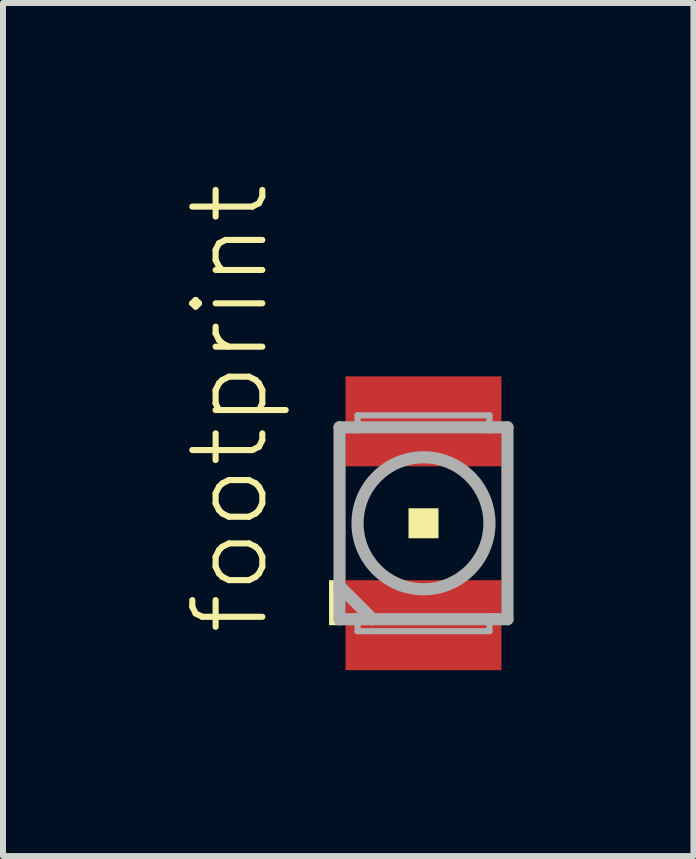
<source format=kicad_pcb>
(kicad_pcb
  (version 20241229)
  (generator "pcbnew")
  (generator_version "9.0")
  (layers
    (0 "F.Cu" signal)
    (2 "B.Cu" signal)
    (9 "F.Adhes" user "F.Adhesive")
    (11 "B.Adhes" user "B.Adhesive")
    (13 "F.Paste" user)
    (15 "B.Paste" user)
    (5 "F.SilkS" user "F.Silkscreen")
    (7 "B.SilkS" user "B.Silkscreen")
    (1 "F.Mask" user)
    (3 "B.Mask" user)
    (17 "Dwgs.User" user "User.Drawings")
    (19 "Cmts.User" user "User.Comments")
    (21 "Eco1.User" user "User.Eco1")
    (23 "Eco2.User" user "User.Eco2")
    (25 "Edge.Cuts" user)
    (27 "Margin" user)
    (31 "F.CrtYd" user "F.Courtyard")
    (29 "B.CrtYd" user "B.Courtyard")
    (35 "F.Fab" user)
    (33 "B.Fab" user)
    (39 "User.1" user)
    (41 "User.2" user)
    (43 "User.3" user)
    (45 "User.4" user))
  (footprint "footprint"
    (layer "F.Cu")
    (at 4.013 5.677)
    (property "Reference" "footprint" (at -2.54 1.905 90) (layer "F.SilkS") (effects (font (size 1.168 1.168) (thickness 0.102)) (justify left bottom)))
    (fp_poly (pts (xy -1.4 -0.85) (xy 1.4 -0.85) (xy 1.4 -2.55) (xy -1.4 -2.55)) (stroke (width 0) (type solid)) (fill yes) (layer "F.Mask"))
    (fp_poly (pts (xy -1.4 2.55) (xy 1.4 2.55) (xy 1.4 0.85) (xy -1.4 0.85)) (stroke (width 0) (type solid)) (fill yes) (layer "F.Mask"))
    (fp_poly (pts (xy -1.575 1.7) (xy -1.35 1.7) (xy -1.35 0.95) (xy -1.575 0.95)) (stroke (width 0) (type solid)) (fill yes) (layer "F.SilkS"))
    (fp_poly (pts (xy -0.25 0.25) (xy 0.25 0.25) (xy 0.25 -0.25) (xy -0.25 -0.25)) (stroke (width 0) (type solid)) (fill yes) (layer "F.SilkS"))
    (fp_poly (pts (xy -1.3 -0.95) (xy 1.3 -0.95) (xy 1.3 -2.45) (xy -1.3 -2.45)) (stroke (width 0) (type solid)) (fill yes) (layer "F.Paste"))
    (fp_poly (pts (xy -1.3 2.45) (xy 1.3 2.45) (xy 1.3 0.95) (xy -1.3 0.95)) (stroke (width 0) (type solid)) (fill yes) (layer "F.Paste"))
    (fp_line (start -1.4 -1.6) (end -1.4 1.05) (stroke (width 0.203) (type solid)) (layer "F.Fab"))
    (fp_line (start -1.4 1.05) (end -1.4 1.6) (stroke (width 0.203) (type solid)) (layer "F.Fab"))
    (fp_line (start -1.4 1.6) (end -1.1 1.6) (stroke (width 0.203) (type solid)) (layer "F.Fab"))
    (fp_line (start -1.1 -1.8) (end 1.1 -1.8) (stroke (width 0.102) (type solid)) (layer "F.Fab"))
    (fp_line (start -1.1 -1.6) (end -1.4 -1.6) (stroke (width 0.203) (type solid)) (layer "F.Fab"))
    (fp_line (start -1.1 -1.6) (end -1.1 -1.8) (stroke (width 0.102) (type solid)) (layer "F.Fab"))
    (fp_line (start -1.1 1.6) (end -1.1 1.8) (stroke (width 0.102) (type solid)) (layer "F.Fab"))
    (fp_line (start -1.1 1.6) (end -0.85 1.6) (stroke (width 0.203) (type solid)) (layer "F.Fab"))
    (fp_line (start -1.1 1.8) (end 1.1 1.8) (stroke (width 0.102) (type solid)) (layer "F.Fab"))
    (fp_line (start -0.85 1.6) (end -1.4 1.05) (stroke (width 0.203) (type solid)) (layer "F.Fab"))
    (fp_line (start -0.85 1.6) (end 1.1 1.6) (stroke (width 0.203) (type solid)) (layer "F.Fab"))
    (fp_line (start 1.1 -1.8) (end 1.1 -1.6) (stroke (width 0.102) (type solid)) (layer "F.Fab"))
    (fp_line (start 1.1 -1.6) (end -1.1 -1.6) (stroke (width 0.203) (type solid)) (layer "F.Fab"))
    (fp_line (start 1.1 1.6) (end 1.4 1.6) (stroke (width 0.203) (type solid)) (layer "F.Fab"))
    (fp_line (start 1.1 1.8) (end 1.1 1.6) (stroke (width 0.102) (type solid)) (layer "F.Fab"))
    (fp_line (start 1.4 -1.6) (end 1.1 -1.6) (stroke (width 0.203) (type solid)) (layer "F.Fab"))
    (fp_line (start 1.4 1.6) (end 1.4 -1.6) (stroke (width 0.203) (type solid)) (layer "F.Fab"))
    (fp_circle (center 0 0) (end 1.1 0) (stroke (width 0.203) (type solid)) (fill no) (layer "F.Fab"))
    (pad "A" smd rect (at 0 -1.7) (size 2.6 1.5) (layers "F.Cu"))
    (pad "C" smd rect (at 0 1.7) (size 2.6 1.5) (layers "F.Cu")))
  (gr_rect
    (start -3 -3)
    (end 8.515 11.227)
    (stroke (width 0.1) (type default))
    (fill no)
    (layer "Edge.Cuts")))
</source>
